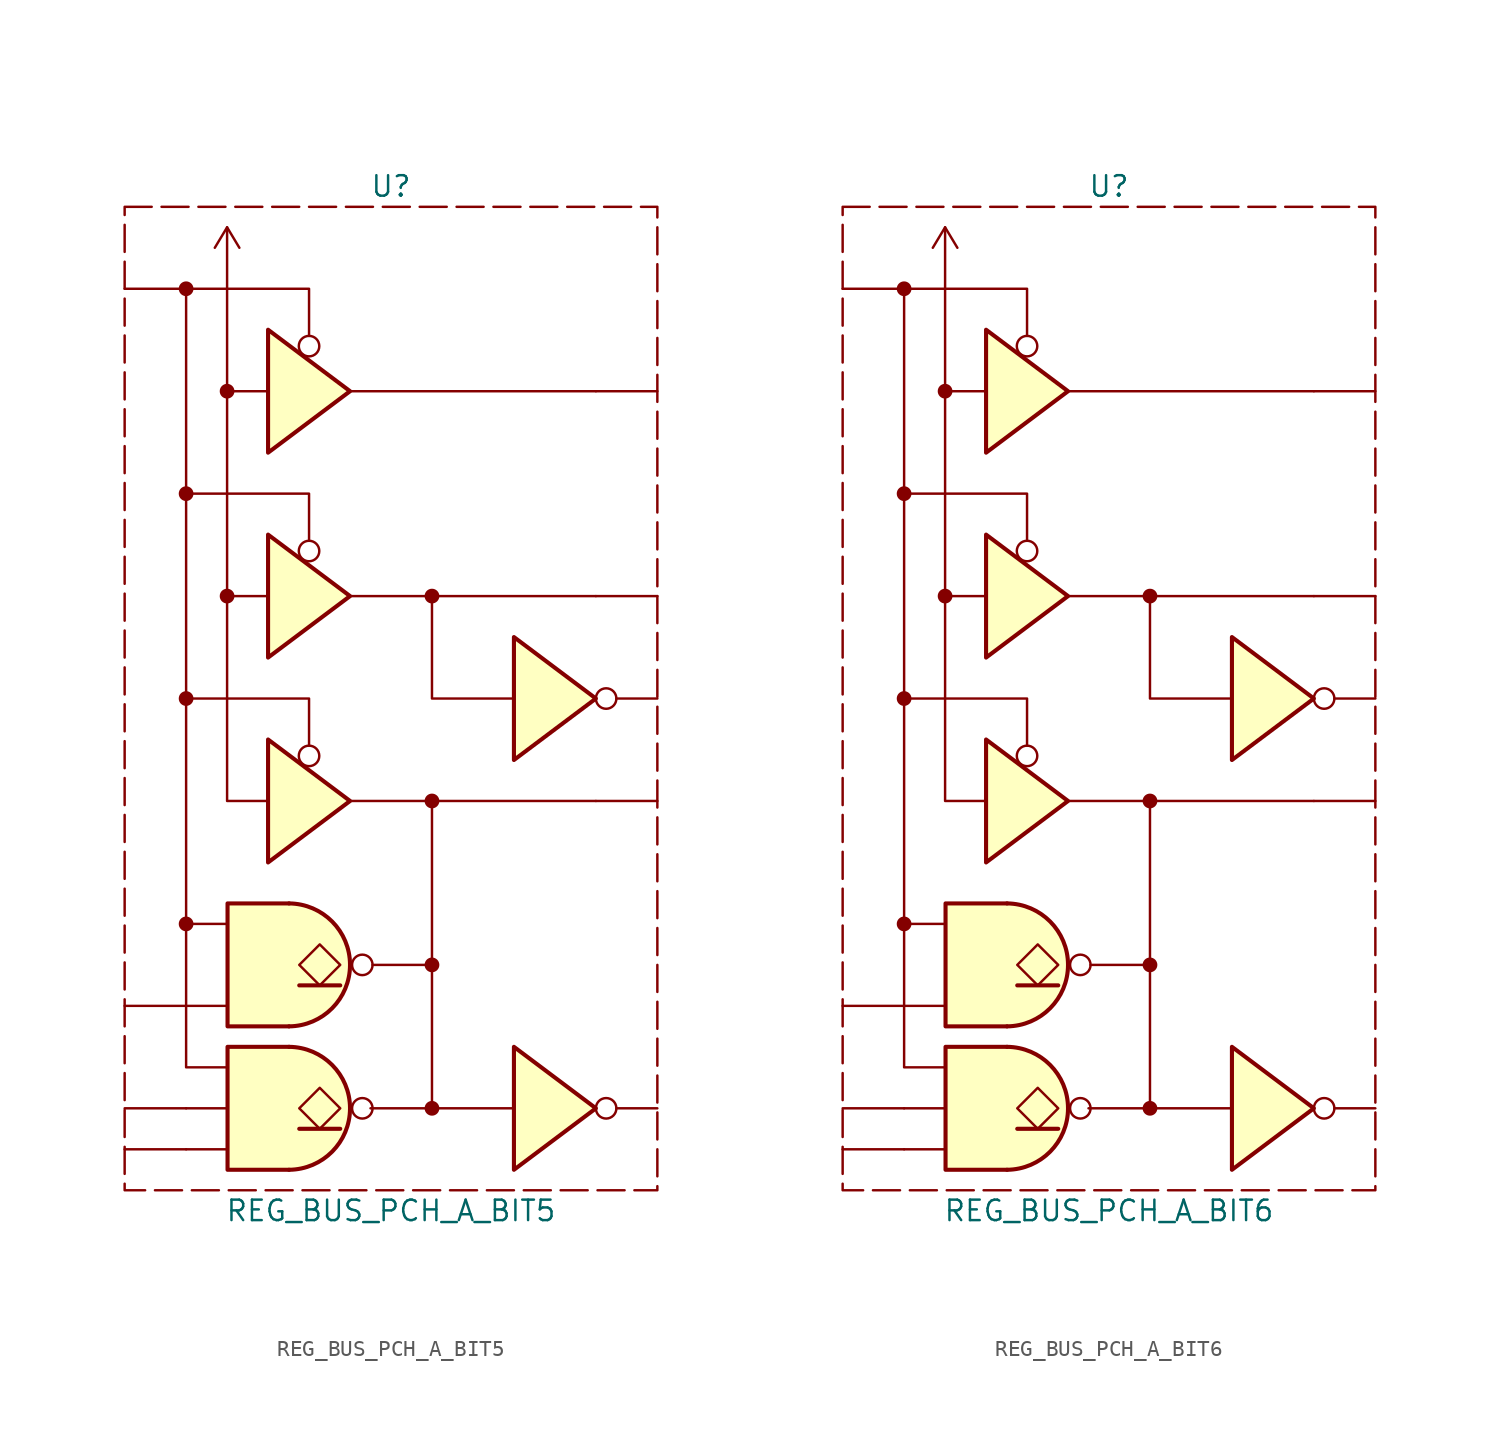
<source format=kicad_sym>
(kicad_symbol_lib
  (version 20231120)
  (generator "kicad_symbol_editor")
  (generator_version "8.0")
  (symbol "REG_BUS_PCH_A_BIT5"
    (pin_numbers hide)
    (pin_names
      (offset 0) hide)
    (property "Reference" "U"
      (at 0 31.75 0)
      (effects (font (size 1.27 1.27))))
    (property "Value" "REG_BUS_PCH_A_BIT5"
      (at 0 -31.75 0)
      (effects (font (size 1.27 1.27))))
    (symbol "REG_BUS_PCH_A_BIT5_0_1"
      (circle (center -5.08 -3.556) (radius 0.635) (stroke (width 0) (type default)) (fill (type none)))
      (circle (center -5.08 9.144) (radius 0.635) (stroke (width 0) (type default)) (fill (type none)))
      (circle (center -5.08 21.844) (radius 0.635) (stroke (width 0) (type default)) (fill (type none)))
      (circle (center -1.778 -25.4) (radius 0.635) (stroke (width 0) (type default)) (fill (type none)))
      (circle (center -1.778 -16.51) (radius 0.635) (stroke (width 0) (type default)) (fill (type none)))
      (polyline (pts (xy -12.7 -27.94) (xy -10.16 -27.94)) (stroke (width 0) (type default)) (fill (type none)))
      (polyline (pts (xy -12.7 -25.4) (xy -10.16 -25.4)) (stroke (width 0) (type default)) (fill (type none)))
      (polyline (pts (xy -12.7 -19.05) (xy -10.16 -19.05)) (stroke (width 0) (type default)) (fill (type none)))
      (polyline (pts (xy -7.62 6.35) (xy -10.16 6.35)) (stroke (width 0) (type default)) (fill (type none)))
      (polyline (pts (xy -7.62 19.05) (xy -10.16 19.05)) (stroke (width 0) (type default)) (fill (type none)))
      (polyline (pts (xy -1.143 -16.51) (xy 2.54 -16.51)) (stroke (width 0) (type default)) (fill (type none)))
      (polyline (pts (xy 2.54 -6.35) (xy -2.54 -6.35)) (stroke (width 0) (type default)) (fill (type none)))
      (polyline (pts (xy 2.54 6.35) (xy -2.54 6.35)) (stroke (width 0) (type default)) (fill (type none)))
      (polyline (pts (xy 7.62 -25.4) (xy 2.54 -25.4)) (stroke (width 0) (type default)) (fill (type none)))
      (polyline (pts (xy 12.7 6.35) (xy 2.54 6.35)) (stroke (width 0) (type default)) (fill (type none)))
      (polyline (pts (xy 12.7 19.05) (xy -2.54 19.05)) (stroke (width 0) (type default)) (fill (type none)))
      (polyline (pts (xy -12.7 -13.97) (xy -12.7 -22.86) (xy -10.16 -22.86)) (stroke (width 0) (type default)) (fill (type none)))
      (polyline (pts (xy -12.7 25.4) (xy -12.7 -13.97) (xy -10.16 -13.97)) (stroke (width 0) (type default)) (fill (type none)))
      (polyline (pts (xy -10.922 27.94) (xy -10.16 29.21) (xy -9.398 27.94)) (stroke (width 0) (type default)) (fill (type none)))
      (polyline (pts (xy -7.62 -6.35) (xy -10.16 -6.35) (xy -10.16 29.21)) (stroke (width 0) (type default)) (fill (type none)))
      (polyline (pts (xy -5.08 -2.921) (xy -5.08 0) (xy -12.7 0)) (stroke (width 0) (type default)) (fill (type none)))
      (polyline (pts (xy -5.08 9.779) (xy -5.08 12.7) (xy -12.7 12.7)) (stroke (width 0) (type default)) (fill (type none)))
      (polyline (pts (xy -5.08 22.479) (xy -5.08 25.4) (xy -12.7 25.4)) (stroke (width 0) (type default)) (fill (type none)))
      (polyline (pts (xy 2.54 -16.51) (xy 2.54 -25.4) (xy -1.27 -25.4)) (stroke (width 0) (type default)) (fill (type none)))
      (polyline (pts (xy 2.54 -16.51) (xy 2.54 -6.35) (xy 12.7 -6.35)) (stroke (width 0) (type default)) (fill (type none)))
      (polyline (pts (xy 2.54 6.35) (xy 2.54 0) (xy 7.62 0)) (stroke (width 0) (type default)) (fill (type none))))
    (symbol "REG_BUS_PCH_A_BIT5_1_0"
      (polyline (pts (xy -7.62 -2.54) (xy -7.62 -10.16) (xy -2.54 -6.35) (xy -7.62 -2.54)) (stroke (width 0.254) (type default)) (fill (type background)))
      (polyline (pts (xy -7.62 10.16) (xy -7.62 2.54) (xy -2.54 6.35) (xy -7.62 10.16)) (stroke (width 0.254) (type default)) (fill (type background)))
      (polyline (pts (xy -7.62 22.86) (xy -7.62 15.24) (xy -2.54 19.05) (xy -7.62 22.86)) (stroke (width 0.254) (type default)) (fill (type background)))
      (polyline (pts (xy 7.62 -21.59) (xy 7.62 -29.21) (xy 12.7 -25.4) (xy 7.62 -21.59)) (stroke (width 0.254) (type default)) (fill (type background)))
      (polyline (pts (xy 7.62 3.81) (xy 7.62 -3.81) (xy 12.7 0) (xy 7.62 3.81)) (stroke (width 0.254) (type default)) (fill (type background))))
    (symbol "REG_BUS_PCH_A_BIT5_1_1"
      (rectangle (start -16.51 30.48) (end 16.51 -30.48) (stroke (width 0) (type dash)) (fill (type none)))
      (circle (center -12.7 -13.97) (radius 0.381) (stroke (width 0) (type default)) (fill (type outline)))
      (circle (center -12.7 0) (radius 0.381) (stroke (width 0) (type default)) (fill (type outline)))
      (circle (center -12.7 12.7) (radius 0.381) (stroke (width 0) (type default)) (fill (type outline)))
      (circle (center -12.7 25.4) (radius 0.381) (stroke (width 0) (type default)) (fill (type outline)))
      (circle (center -10.16 6.35) (radius 0.381) (stroke (width 0) (type default)) (fill (type outline)))
      (circle (center -10.16 19.05) (radius 0.381) (stroke (width 0) (type default)) (fill (type outline)))
      (arc (start -6.3224 -29.21) (mid -2.5399 -25.4) (end -6.3224 -21.59) (stroke (width 0.254) (type default)) (fill (type background)))
      (arc (start -6.3224 -20.32) (mid -2.5399 -16.51) (end -6.3224 -12.7) (stroke (width 0.254) (type default)) (fill (type background)))
      (polyline (pts (xy -5.687 -26.67) (xy -3.147 -26.67)) (stroke (width 0.254) (type default)) (fill (type none)))
      (polyline (pts (xy -5.687 -17.78) (xy -3.147 -17.78)) (stroke (width 0.254) (type default)) (fill (type none)))
      (polyline (pts (xy -6.322 -21.59) (xy -10.132 -21.59) (xy -10.132 -29.21) (xy -6.322 -29.21)) (stroke (width 0.254) (type default)) (fill (type background)))
      (polyline (pts (xy -6.322 -12.7) (xy -10.132 -12.7) (xy -10.132 -20.32) (xy -6.322 -20.32)) (stroke (width 0.254) (type default)) (fill (type background)))
      (polyline (pts (xy -3.147 -25.4) (xy -4.417 -24.13) (xy -5.687 -25.4) (xy -4.417 -26.67) (xy -3.147 -25.4)) (stroke (width 0) (type default)) (fill (type none)))
      (polyline (pts (xy -3.147 -16.51) (xy -4.417 -15.24) (xy -5.687 -16.51) (xy -4.417 -17.78) (xy -3.147 -16.51)) (stroke (width 0) (type default)) (fill (type none)))
      (circle (center 2.54 -25.4) (radius 0.381) (stroke (width 0) (type default)) (fill (type outline)))
      (circle (center 2.54 -16.51) (radius 0.381) (stroke (width 0) (type default)) (fill (type outline)))
      (circle (center 2.54 -6.35) (radius 0.381) (stroke (width 0) (type default)) (fill (type outline)))
      (circle (center 2.54 6.35) (radius 0.381) (stroke (width 0) (type default)) (fill (type outline)))
      (pin tri_state line (at 16.51 19.05 180) (length 3.81) (name "A_Y" (effects (font (size 1.27 1.27)))) (number "" (effects (font (size 1.27 1.27)))))
      (pin bidirectional line (at 16.51 6.35 180) (length 3.81) (name "B_Y" (effects (font (size 1.27 1.27)))) (number "" (effects (font (size 1.27 1.27)))))
      (pin output inverted (at 16.51 0 180) (length 3.81) (name "B_~{Y}" (effects (font (size 1.27 1.27)))) (number "" (effects (font (size 1.27 1.27)))))
      (pin bidirectional line (at 16.51 -6.35 180) (length 3.81) (name "C_Y" (effects (font (size 1.27 1.27)))) (number "" (effects (font (size 1.27 1.27)))))
      (pin input line (at -16.51 -19.05 0) (length 3.81) (name "C_ZERO_A" (effects (font (size 1.27 1.27)))) (number "" (effects (font (size 1.27 1.27)))))
      (pin input line (at -16.51 -25.4 0) (length 3.81) (name "C_ZERO_B1" (effects (font (size 1.27 1.27)))) (number "" (effects (font (size 1.27 1.27)))))
      (pin input line (at -16.51 -27.94 0) (length 3.81) (name "C_ZERO_B2" (effects (font (size 1.27 1.27)))) (number "" (effects (font (size 1.27 1.27)))))
      (pin output inverted (at 16.51 -25.4 180) (length 3.81) (name "C_~{Y}" (effects (font (size 1.27 1.27)))) (number "" (effects (font (size 1.27 1.27)))))
      (pin input line (at -16.51 25.4 0) (length 3.81) (name "~{PCH}" (effects (font (size 1.27 1.27)))) (number "" (effects (font (size 1.27 1.27)))))))
  (symbol "REG_BUS_PCH_A_BIT6"
    (pin_numbers hide)
    (pin_names
      (offset 0) hide)
    (property "Reference" "U"
      (at 0 31.75 0)
      (effects (font (size 1.27 1.27))))
    (property "Value" "REG_BUS_PCH_A_BIT6"
      (at 0 -31.75 0)
      (effects (font (size 1.27 1.27))))
    (symbol "REG_BUS_PCH_A_BIT6_0_1"
      (circle (center -5.08 -3.556) (radius 0.635) (stroke (width 0) (type default)) (fill (type none)))
      (circle (center -5.08 9.144) (radius 0.635) (stroke (width 0) (type default)) (fill (type none)))
      (circle (center -5.08 21.844) (radius 0.635) (stroke (width 0) (type default)) (fill (type none)))
      (circle (center -1.778 -25.4) (radius 0.635) (stroke (width 0) (type default)) (fill (type none)))
      (circle (center -1.778 -16.51) (radius 0.635) (stroke (width 0) (type default)) (fill (type none)))
      (polyline (pts (xy -12.7 -27.94) (xy -10.16 -27.94)) (stroke (width 0) (type default)) (fill (type none)))
      (polyline (pts (xy -12.7 -25.4) (xy -10.16 -25.4)) (stroke (width 0) (type default)) (fill (type none)))
      (polyline (pts (xy -12.7 -19.05) (xy -10.16 -19.05)) (stroke (width 0) (type default)) (fill (type none)))
      (polyline (pts (xy -7.62 6.35) (xy -10.16 6.35)) (stroke (width 0) (type default)) (fill (type none)))
      (polyline (pts (xy -7.62 19.05) (xy -10.16 19.05)) (stroke (width 0) (type default)) (fill (type none)))
      (polyline (pts (xy -1.143 -16.51) (xy 2.54 -16.51)) (stroke (width 0) (type default)) (fill (type none)))
      (polyline (pts (xy 2.54 -6.35) (xy -2.54 -6.35)) (stroke (width 0) (type default)) (fill (type none)))
      (polyline (pts (xy 2.54 6.35) (xy -2.54 6.35)) (stroke (width 0) (type default)) (fill (type none)))
      (polyline (pts (xy 7.62 -25.4) (xy 2.54 -25.4)) (stroke (width 0) (type default)) (fill (type none)))
      (polyline (pts (xy 12.7 6.35) (xy 2.54 6.35)) (stroke (width 0) (type default)) (fill (type none)))
      (polyline (pts (xy 12.7 19.05) (xy -2.54 19.05)) (stroke (width 0) (type default)) (fill (type none)))
      (polyline (pts (xy -12.7 -13.97) (xy -12.7 -22.86) (xy -10.16 -22.86)) (stroke (width 0) (type default)) (fill (type none)))
      (polyline (pts (xy -12.7 25.4) (xy -12.7 -13.97) (xy -10.16 -13.97)) (stroke (width 0) (type default)) (fill (type none)))
      (polyline (pts (xy -10.922 27.94) (xy -10.16 29.21) (xy -9.398 27.94)) (stroke (width 0) (type default)) (fill (type none)))
      (polyline (pts (xy -7.62 -6.35) (xy -10.16 -6.35) (xy -10.16 29.21)) (stroke (width 0) (type default)) (fill (type none)))
      (polyline (pts (xy -5.08 -2.921) (xy -5.08 0) (xy -12.7 0)) (stroke (width 0) (type default)) (fill (type none)))
      (polyline (pts (xy -5.08 9.779) (xy -5.08 12.7) (xy -12.7 12.7)) (stroke (width 0) (type default)) (fill (type none)))
      (polyline (pts (xy -5.08 22.479) (xy -5.08 25.4) (xy -12.7 25.4)) (stroke (width 0) (type default)) (fill (type none)))
      (polyline (pts (xy 2.54 -16.51) (xy 2.54 -25.4) (xy -1.27 -25.4)) (stroke (width 0) (type default)) (fill (type none)))
      (polyline (pts (xy 2.54 -16.51) (xy 2.54 -6.35) (xy 12.7 -6.35)) (stroke (width 0) (type default)) (fill (type none)))
      (polyline (pts (xy 2.54 6.35) (xy 2.54 0) (xy 7.62 0)) (stroke (width 0) (type default)) (fill (type none))))
    (symbol "REG_BUS_PCH_A_BIT6_1_0"
      (polyline (pts (xy -7.62 -2.54) (xy -7.62 -10.16) (xy -2.54 -6.35) (xy -7.62 -2.54)) (stroke (width 0.254) (type default)) (fill (type background)))
      (polyline (pts (xy -7.62 10.16) (xy -7.62 2.54) (xy -2.54 6.35) (xy -7.62 10.16)) (stroke (width 0.254) (type default)) (fill (type background)))
      (polyline (pts (xy -7.62 22.86) (xy -7.62 15.24) (xy -2.54 19.05) (xy -7.62 22.86)) (stroke (width 0.254) (type default)) (fill (type background)))
      (polyline (pts (xy 7.62 -21.59) (xy 7.62 -29.21) (xy 12.7 -25.4) (xy 7.62 -21.59)) (stroke (width 0.254) (type default)) (fill (type background)))
      (polyline (pts (xy 7.62 3.81) (xy 7.62 -3.81) (xy 12.7 0) (xy 7.62 3.81)) (stroke (width 0.254) (type default)) (fill (type background))))
    (symbol "REG_BUS_PCH_A_BIT6_1_1"
      (rectangle (start -16.51 30.48) (end 16.51 -30.48) (stroke (width 0) (type dash)) (fill (type none)))
      (circle (center -12.7 -13.97) (radius 0.381) (stroke (width 0) (type default)) (fill (type outline)))
      (circle (center -12.7 0) (radius 0.381) (stroke (width 0) (type default)) (fill (type outline)))
      (circle (center -12.7 12.7) (radius 0.381) (stroke (width 0) (type default)) (fill (type outline)))
      (circle (center -12.7 25.4) (radius 0.381) (stroke (width 0) (type default)) (fill (type outline)))
      (circle (center -10.16 6.35) (radius 0.381) (stroke (width 0) (type default)) (fill (type outline)))
      (circle (center -10.16 19.05) (radius 0.381) (stroke (width 0) (type default)) (fill (type outline)))
      (arc (start -6.3224 -29.21) (mid -2.5399 -25.4) (end -6.3224 -21.59) (stroke (width 0.254) (type default)) (fill (type background)))
      (arc (start -6.3224 -20.32) (mid -2.5399 -16.51) (end -6.3224 -12.7) (stroke (width 0.254) (type default)) (fill (type background)))
      (polyline (pts (xy -5.687 -26.67) (xy -3.147 -26.67)) (stroke (width 0.254) (type default)) (fill (type none)))
      (polyline (pts (xy -5.687 -17.78) (xy -3.147 -17.78)) (stroke (width 0.254) (type default)) (fill (type none)))
      (polyline (pts (xy -6.322 -21.59) (xy -10.132 -21.59) (xy -10.132 -29.21) (xy -6.322 -29.21)) (stroke (width 0.254) (type default)) (fill (type background)))
      (polyline (pts (xy -6.322 -12.7) (xy -10.132 -12.7) (xy -10.132 -20.32) (xy -6.322 -20.32)) (stroke (width 0.254) (type default)) (fill (type background)))
      (polyline (pts (xy -3.147 -25.4) (xy -4.417 -24.13) (xy -5.687 -25.4) (xy -4.417 -26.67) (xy -3.147 -25.4)) (stroke (width 0) (type default)) (fill (type none)))
      (polyline (pts (xy -3.147 -16.51) (xy -4.417 -15.24) (xy -5.687 -16.51) (xy -4.417 -17.78) (xy -3.147 -16.51)) (stroke (width 0) (type default)) (fill (type none)))
      (circle (center 2.54 -25.4) (radius 0.381) (stroke (width 0) (type default)) (fill (type outline)))
      (circle (center 2.54 -16.51) (radius 0.381) (stroke (width 0) (type default)) (fill (type outline)))
      (circle (center 2.54 -6.35) (radius 0.381) (stroke (width 0) (type default)) (fill (type outline)))
      (circle (center 2.54 6.35) (radius 0.381) (stroke (width 0) (type default)) (fill (type outline)))
      (pin tri_state line (at 16.51 19.05 180) (length 3.81) (name "A_Y" (effects (font (size 1.27 1.27)))) (number "" (effects (font (size 1.27 1.27)))))
      (pin bidirectional line (at 16.51 6.35 180) (length 3.81) (name "B_Y" (effects (font (size 1.27 1.27)))) (number "" (effects (font (size 1.27 1.27)))))
      (pin output inverted (at 16.51 0 180) (length 3.81) (name "B_~{Y}" (effects (font (size 1.27 1.27)))) (number "" (effects (font (size 1.27 1.27)))))
      (pin bidirectional line (at 16.51 -6.35 180) (length 3.81) (name "C_Y" (effects (font (size 1.27 1.27)))) (number "" (effects (font (size 1.27 1.27)))))
      (pin input line (at -16.51 -19.05 0) (length 3.81) (name "C_ZERO_A" (effects (font (size 1.27 1.27)))) (number "" (effects (font (size 1.27 1.27)))))
      (pin input line (at -16.51 -25.4 0) (length 3.81) (name "C_ZERO_B1" (effects (font (size 1.27 1.27)))) (number "" (effects (font (size 1.27 1.27)))))
      (pin input line (at -16.51 -27.94 0) (length 3.81) (name "C_ZERO_B2" (effects (font (size 1.27 1.27)))) (number "" (effects (font (size 1.27 1.27)))))
      (pin output inverted (at 16.51 -25.4 180) (length 3.81) (name "C_~{Y}" (effects (font (size 1.27 1.27)))) (number "" (effects (font (size 1.27 1.27)))))
      (pin input line (at -16.51 25.4 0) (length 3.81) (name "~{PCH}" (effects (font (size 1.27 1.27)))) (number "" (effects (font (size 1.27 1.27))))))))
</source>
